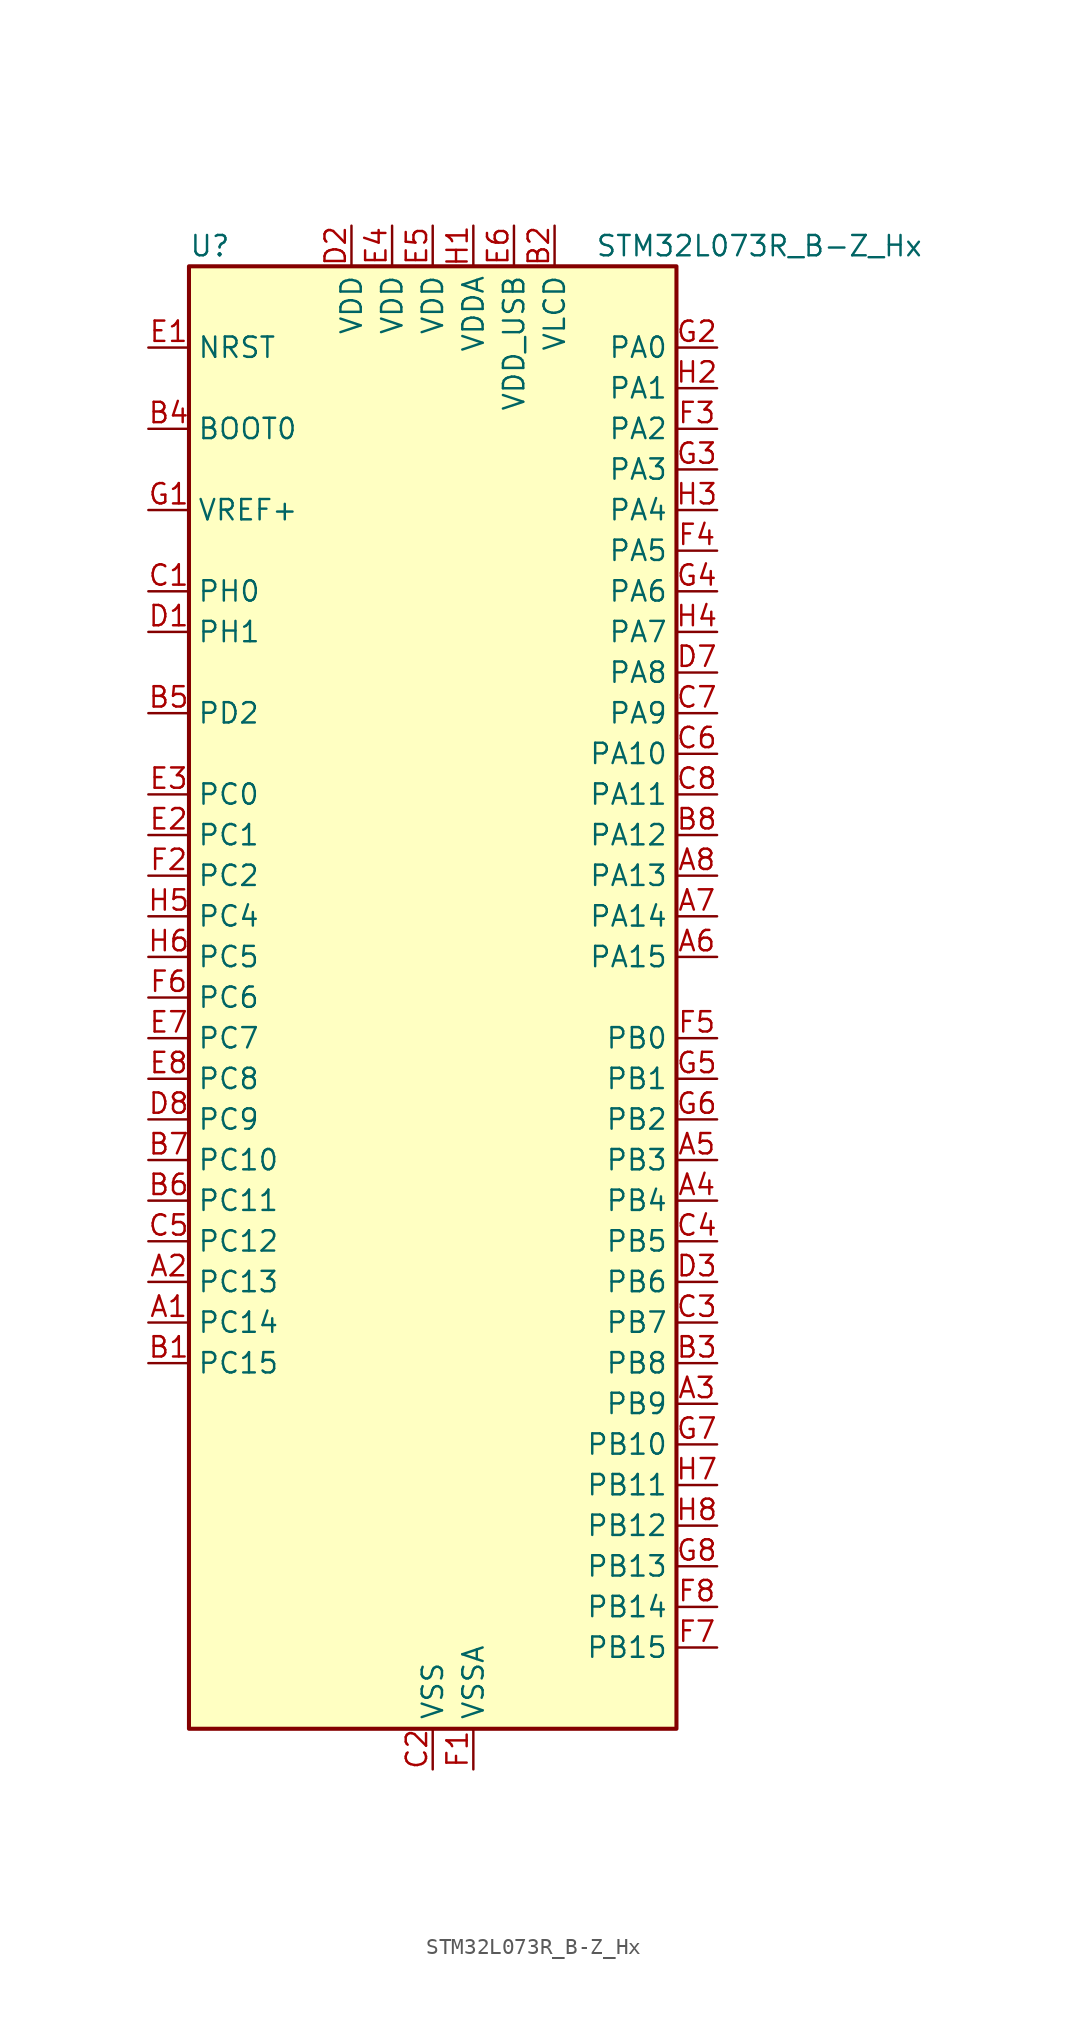
<source format=kicad_sym>
(kicad_symbol_lib
  (version 20241209)
  (generator "kicad_symbol_editor")
  (generator_version "9.0")
  (symbol "STM32L073R_B-Z_Hx"
    (property "Reference" "U"
      (at -15.24 46.99 0)
      (effects (font (size 1.27 1.27)) (justify left)))
    (property "Value" "STM32L073R_B-Z_Hx"
      (at 10.16 46.99 0)
      (effects (font (size 1.27 1.27)) (justify left)))
    (symbol "STM32L073R_B-Z_Hx_0_1"
      (rectangle (start -15.24 -45.72) (end 15.24 45.72) (stroke (width 0.254) (type default)) (fill (type background))))
    (symbol "STM32L073R_B-Z_Hx_1_1"
      (pin input line (at -17.78 40.64 0) (length 2.54) (name "NRST" (effects (font (size 1.27 1.27)))) (number "E1" (effects (font (size 1.27 1.27)))))
      (pin input line (at -17.78 35.56 0) (length 2.54) (name "BOOT0" (effects (font (size 1.27 1.27)))) (number "B4" (effects (font (size 1.27 1.27)))))
      (pin input line (at -17.78 30.48 0) (length 2.54) (name "VREF+" (effects (font (size 1.27 1.27)))) (number "G1" (effects (font (size 1.27 1.27)))))
      (pin bidirectional line (at -17.78 25.4 0) (length 2.54) (name "PH0" (effects (font (size 1.27 1.27)))) (number "C1" (effects (font (size 1.27 1.27)))) (alternate "CRS_SYNC" bidirectional line) (alternate "RCC_OSC_IN" bidirectional line))
      (pin bidirectional line (at -17.78 22.86 0) (length 2.54) (name "PH1" (effects (font (size 1.27 1.27)))) (number "D1" (effects (font (size 1.27 1.27)))) (alternate "RCC_OSC_OUT" bidirectional line))
      (pin bidirectional line (at -17.78 17.78 0) (length 2.54) (name "PD2" (effects (font (size 1.27 1.27)))) (number "B5" (effects (font (size 1.27 1.27)))) (alternate "LCD_COM7" bidirectional line) (alternate "LCD_SEG31" bidirectional line) (alternate "LPUART1_DE" bidirectional line) (alternate "LPUART1_RTS" bidirectional line) (alternate "TIM3_ETR" bidirectional line) (alternate "USART5_RX" bidirectional line))
      (pin bidirectional line (at -17.78 12.7 0) (length 2.54) (name "PC0" (effects (font (size 1.27 1.27)))) (number "E3" (effects (font (size 1.27 1.27)))) (alternate "ADC_IN10" bidirectional line) (alternate "I2C3_SCL" bidirectional line) (alternate "LCD_SEG18" bidirectional line) (alternate "LPTIM1_IN1" bidirectional line) (alternate "LPUART1_RX" bidirectional line) (alternate "TSC_G7_IO1" bidirectional line))
      (pin bidirectional line (at -17.78 10.16 0) (length 2.54) (name "PC1" (effects (font (size 1.27 1.27)))) (number "E2" (effects (font (size 1.27 1.27)))) (alternate "ADC_IN11" bidirectional line) (alternate "I2C3_SDA" bidirectional line) (alternate "LCD_SEG19" bidirectional line) (alternate "LPTIM1_OUT" bidirectional line) (alternate "LPUART1_TX" bidirectional line) (alternate "TSC_G7_IO2" bidirectional line))
      (pin bidirectional line (at -17.78 7.62 0) (length 2.54) (name "PC2" (effects (font (size 1.27 1.27)))) (number "F2" (effects (font (size 1.27 1.27)))) (alternate "ADC_IN12" bidirectional line) (alternate "I2S2_MCK" bidirectional line) (alternate "LCD_SEG20" bidirectional line) (alternate "LPTIM1_IN2" bidirectional line) (alternate "SPI2_MISO" bidirectional line) (alternate "TSC_G7_IO3" bidirectional line))
      (pin bidirectional line (at -17.78 5.08 0) (length 2.54) (name "PC4" (effects (font (size 1.27 1.27)))) (number "H5" (effects (font (size 1.27 1.27)))) (alternate "ADC_IN14" bidirectional line) (alternate "LCD_SEG22" bidirectional line) (alternate "LPUART1_TX" bidirectional line))
      (pin bidirectional line (at -17.78 2.54 0) (length 2.54) (name "PC5" (effects (font (size 1.27 1.27)))) (number "H6" (effects (font (size 1.27 1.27)))) (alternate "ADC_IN15" bidirectional line) (alternate "LCD_SEG23" bidirectional line) (alternate "LPUART1_RX" bidirectional line) (alternate "TSC_G3_IO1" bidirectional line))
      (pin bidirectional line (at -17.78 0 0) (length 2.54) (name "PC6" (effects (font (size 1.27 1.27)))) (number "F6" (effects (font (size 1.27 1.27)))) (alternate "LCD_SEG24" bidirectional line) (alternate "TIM22_CH1" bidirectional line) (alternate "TIM3_CH1" bidirectional line) (alternate "TSC_G8_IO1" bidirectional line))
      (pin bidirectional line (at -17.78 -2.54 0) (length 2.54) (name "PC7" (effects (font (size 1.27 1.27)))) (number "E7" (effects (font (size 1.27 1.27)))) (alternate "LCD_SEG25" bidirectional line) (alternate "TIM22_CH2" bidirectional line) (alternate "TIM3_CH2" bidirectional line) (alternate "TSC_G8_IO2" bidirectional line))
      (pin bidirectional line (at -17.78 -5.08 0) (length 2.54) (name "PC8" (effects (font (size 1.27 1.27)))) (number "E8" (effects (font (size 1.27 1.27)))) (alternate "LCD_SEG26" bidirectional line) (alternate "TIM22_ETR" bidirectional line) (alternate "TIM3_CH3" bidirectional line) (alternate "TSC_G8_IO3" bidirectional line))
      (pin bidirectional line (at -17.78 -7.62 0) (length 2.54) (name "PC9" (effects (font (size 1.27 1.27)))) (number "D8" (effects (font (size 1.27 1.27)))) (alternate "DAC_EXTI9" bidirectional line) (alternate "I2C3_SDA" bidirectional line) (alternate "LCD_SEG27" bidirectional line) (alternate "TIM21_ETR" bidirectional line) (alternate "TIM3_CH4" bidirectional line) (alternate "TSC_G8_IO4" bidirectional line) (alternate "USB_NOE" bidirectional line))
      (pin bidirectional line (at -17.78 -10.16 0) (length 2.54) (name "PC10" (effects (font (size 1.27 1.27)))) (number "B7" (effects (font (size 1.27 1.27)))) (alternate "LCD_COM4" bidirectional line) (alternate "LCD_SEG28" bidirectional line) (alternate "LPUART1_TX" bidirectional line) (alternate "USART4_TX" bidirectional line))
      (pin bidirectional line (at -17.78 -12.7 0) (length 2.54) (name "PC11" (effects (font (size 1.27 1.27)))) (number "B6" (effects (font (size 1.27 1.27)))) (alternate "ADC_EXTI11" bidirectional line) (alternate "LCD_COM5" bidirectional line) (alternate "LCD_SEG29" bidirectional line) (alternate "LPUART1_RX" bidirectional line) (alternate "USART4_RX" bidirectional line))
      (pin bidirectional line (at -17.78 -15.24 0) (length 2.54) (name "PC12" (effects (font (size 1.27 1.27)))) (number "C5" (effects (font (size 1.27 1.27)))) (alternate "LCD_COM6" bidirectional line) (alternate "LCD_SEG30" bidirectional line) (alternate "USART4_CK" bidirectional line) (alternate "USART5_TX" bidirectional line))
      (pin bidirectional line (at -17.78 -17.78 0) (length 2.54) (name "PC13" (effects (font (size 1.27 1.27)))) (number "A2" (effects (font (size 1.27 1.27)))) (alternate "RTC_OUT_ALARM" bidirectional line) (alternate "RTC_OUT_CALIB" bidirectional line) (alternate "RTC_TAMP1" bidirectional line) (alternate "RTC_TS" bidirectional line) (alternate "SYS_WKUP2" bidirectional line))
      (pin bidirectional line (at -17.78 -20.32 0) (length 2.54) (name "PC14" (effects (font (size 1.27 1.27)))) (number "A1" (effects (font (size 1.27 1.27)))) (alternate "RCC_OSC32_IN" bidirectional line))
      (pin bidirectional line (at -17.78 -22.86 0) (length 2.54) (name "PC15" (effects (font (size 1.27 1.27)))) (number "B1" (effects (font (size 1.27 1.27)))) (alternate "RCC_OSC32_OUT" bidirectional line))
      (pin power_in line (at -5.08 48.26 270) (length 2.54) (name "VDD" (effects (font (size 1.27 1.27)))) (number "D2" (effects (font (size 1.27 1.27)))))
      (pin power_in line (at -2.54 48.26 270) (length 2.54) (name "VDD" (effects (font (size 1.27 1.27)))) (number "E4" (effects (font (size 1.27 1.27)))))
      (pin power_in line (at 0 48.26 270) (length 2.54) (name "VDD" (effects (font (size 1.27 1.27)))) (number "E5" (effects (font (size 1.27 1.27)))))
      (pin power_in line (at 0 -48.26 90) (length 2.54) (name "VSS" (effects (font (size 1.27 1.27)))) (number "C2" (effects (font (size 1.27 1.27)))))
      (pin passive line (at 0 -48.26 90) (length 2.54) (hide yes) (name "VSS" (effects (font (size 1.27 1.27)))) (number "D4" (effects (font (size 1.27 1.27)))))
      (pin passive line (at 0 -48.26 90) (length 2.54) (hide yes) (name "VSS" (effects (font (size 1.27 1.27)))) (number "D5" (effects (font (size 1.27 1.27)))))
      (pin passive line (at 0 -48.26 90) (length 2.54) (hide yes) (name "VSS" (effects (font (size 1.27 1.27)))) (number "D6" (effects (font (size 1.27 1.27)))))
      (pin power_in line (at 2.54 48.26 270) (length 2.54) (name "VDDA" (effects (font (size 1.27 1.27)))) (number "H1" (effects (font (size 1.27 1.27)))))
      (pin power_in line (at 2.54 -48.26 90) (length 2.54) (name "VSSA" (effects (font (size 1.27 1.27)))) (number "F1" (effects (font (size 1.27 1.27)))))
      (pin power_in line (at 5.08 48.26 270) (length 2.54) (name "VDD_USB" (effects (font (size 1.27 1.27)))) (number "E6" (effects (font (size 1.27 1.27)))))
      (pin power_in line (at 7.62 48.26 270) (length 2.54) (name "VLCD" (effects (font (size 1.27 1.27)))) (number "B2" (effects (font (size 1.27 1.27)))))
      (pin bidirectional line (at 17.78 40.64 180) (length 2.54) (name "PA0" (effects (font (size 1.27 1.27)))) (number "G2" (effects (font (size 1.27 1.27)))) (alternate "ADC_IN0" bidirectional line) (alternate "COMP1_INM" bidirectional line) (alternate "COMP1_OUT" bidirectional line) (alternate "RTC_TAMP2" bidirectional line) (alternate "SYS_WKUP1" bidirectional line) (alternate "TIM2_CH1" bidirectional line) (alternate "TIM2_ETR" bidirectional line) (alternate "TSC_G1_IO1" bidirectional line) (alternate "USART2_CTS" bidirectional line) (alternate "USART4_TX" bidirectional line))
      (pin bidirectional line (at 17.78 38.1 180) (length 2.54) (name "PA1" (effects (font (size 1.27 1.27)))) (number "H2" (effects (font (size 1.27 1.27)))) (alternate "ADC_IN1" bidirectional line) (alternate "COMP1_INP" bidirectional line) (alternate "LCD_SEG0" bidirectional line) (alternate "TIM21_ETR" bidirectional line) (alternate "TIM2_CH2" bidirectional line) (alternate "TSC_G1_IO2" bidirectional line) (alternate "USART2_DE" bidirectional line) (alternate "USART2_RTS" bidirectional line) (alternate "USART4_RX" bidirectional line))
      (pin bidirectional line (at 17.78 35.56 180) (length 2.54) (name "PA2" (effects (font (size 1.27 1.27)))) (number "F3" (effects (font (size 1.27 1.27)))) (alternate "ADC_IN2" bidirectional line) (alternate "COMP2_INM" bidirectional line) (alternate "COMP2_OUT" bidirectional line) (alternate "LCD_SEG1" bidirectional line) (alternate "LPUART1_TX" bidirectional line) (alternate "TIM21_CH1" bidirectional line) (alternate "TIM2_CH3" bidirectional line) (alternate "TSC_G1_IO3" bidirectional line) (alternate "USART2_TX" bidirectional line))
      (pin bidirectional line (at 17.78 33.02 180) (length 2.54) (name "PA3" (effects (font (size 1.27 1.27)))) (number "G3" (effects (font (size 1.27 1.27)))) (alternate "ADC_IN3" bidirectional line) (alternate "COMP2_INP" bidirectional line) (alternate "LCD_SEG2" bidirectional line) (alternate "LPUART1_RX" bidirectional line) (alternate "TIM21_CH2" bidirectional line) (alternate "TIM2_CH4" bidirectional line) (alternate "TSC_G1_IO4" bidirectional line) (alternate "USART2_RX" bidirectional line))
      (pin bidirectional line (at 17.78 30.48 180) (length 2.54) (name "PA4" (effects (font (size 1.27 1.27)))) (number "H3" (effects (font (size 1.27 1.27)))) (alternate "ADC_IN4" bidirectional line) (alternate "COMP1_INM" bidirectional line) (alternate "COMP2_INM" bidirectional line) (alternate "DAC_OUT1" bidirectional line) (alternate "SPI1_NSS" bidirectional line) (alternate "TIM22_ETR" bidirectional line) (alternate "TSC_G2_IO1" bidirectional line) (alternate "USART2_CK" bidirectional line))
      (pin bidirectional line (at 17.78 27.94 180) (length 2.54) (name "PA5" (effects (font (size 1.27 1.27)))) (number "F4" (effects (font (size 1.27 1.27)))) (alternate "ADC_IN5" bidirectional line) (alternate "COMP1_INM" bidirectional line) (alternate "COMP2_INM" bidirectional line) (alternate "DAC_OUT2" bidirectional line) (alternate "SPI1_SCK" bidirectional line) (alternate "TIM2_CH1" bidirectional line) (alternate "TIM2_ETR" bidirectional line) (alternate "TSC_G2_IO2" bidirectional line))
      (pin bidirectional line (at 17.78 25.4 180) (length 2.54) (name "PA6" (effects (font (size 1.27 1.27)))) (number "G4" (effects (font (size 1.27 1.27)))) (alternate "ADC_IN6" bidirectional line) (alternate "COMP1_OUT" bidirectional line) (alternate "LCD_SEG3" bidirectional line) (alternate "LPUART1_CTS" bidirectional line) (alternate "SPI1_MISO" bidirectional line) (alternate "TIM22_CH1" bidirectional line) (alternate "TIM3_CH1" bidirectional line) (alternate "TSC_G2_IO3" bidirectional line))
      (pin bidirectional line (at 17.78 22.86 180) (length 2.54) (name "PA7" (effects (font (size 1.27 1.27)))) (number "H4" (effects (font (size 1.27 1.27)))) (alternate "ADC_IN7" bidirectional line) (alternate "COMP2_OUT" bidirectional line) (alternate "LCD_SEG4" bidirectional line) (alternate "SPI1_MOSI" bidirectional line) (alternate "TIM22_CH2" bidirectional line) (alternate "TIM3_CH2" bidirectional line) (alternate "TSC_G2_IO4" bidirectional line))
      (pin bidirectional line (at 17.78 20.32 180) (length 2.54) (name "PA8" (effects (font (size 1.27 1.27)))) (number "D7" (effects (font (size 1.27 1.27)))) (alternate "CRS_SYNC" bidirectional line) (alternate "I2C3_SCL" bidirectional line) (alternate "LCD_COM0" bidirectional line) (alternate "RCC_MCO" bidirectional line) (alternate "USART1_CK" bidirectional line))
      (pin bidirectional line (at 17.78 17.78 180) (length 2.54) (name "PA9" (effects (font (size 1.27 1.27)))) (number "C7" (effects (font (size 1.27 1.27)))) (alternate "DAC_EXTI9" bidirectional line) (alternate "I2C1_SCL" bidirectional line) (alternate "I2C3_SMBA" bidirectional line) (alternate "LCD_COM1" bidirectional line) (alternate "RCC_MCO" bidirectional line) (alternate "TSC_G4_IO1" bidirectional line) (alternate "USART1_TX" bidirectional line))
      (pin bidirectional line (at 17.78 15.24 180) (length 2.54) (name "PA10" (effects (font (size 1.27 1.27)))) (number "C6" (effects (font (size 1.27 1.27)))) (alternate "I2C1_SDA" bidirectional line) (alternate "LCD_COM2" bidirectional line) (alternate "TSC_G4_IO2" bidirectional line) (alternate "USART1_RX" bidirectional line))
      (pin bidirectional line (at 17.78 12.7 180) (length 2.54) (name "PA11" (effects (font (size 1.27 1.27)))) (number "C8" (effects (font (size 1.27 1.27)))) (alternate "ADC_EXTI11" bidirectional line) (alternate "COMP1_OUT" bidirectional line) (alternate "SPI1_MISO" bidirectional line) (alternate "TSC_G4_IO3" bidirectional line) (alternate "USART1_CTS" bidirectional line) (alternate "USB_DM" bidirectional line))
      (pin bidirectional line (at 17.78 10.16 180) (length 2.54) (name "PA12" (effects (font (size 1.27 1.27)))) (number "B8" (effects (font (size 1.27 1.27)))) (alternate "COMP2_OUT" bidirectional line) (alternate "SPI1_MOSI" bidirectional line) (alternate "TSC_G4_IO4" bidirectional line) (alternate "USART1_DE" bidirectional line) (alternate "USART1_RTS" bidirectional line) (alternate "USB_DP" bidirectional line))
      (pin bidirectional line (at 17.78 7.62 180) (length 2.54) (name "PA13" (effects (font (size 1.27 1.27)))) (number "A8" (effects (font (size 1.27 1.27)))) (alternate "LPUART1_RX" bidirectional line) (alternate "SYS_SWDIO" bidirectional line) (alternate "USB_NOE" bidirectional line))
      (pin bidirectional line (at 17.78 5.08 180) (length 2.54) (name "PA14" (effects (font (size 1.27 1.27)))) (number "A7" (effects (font (size 1.27 1.27)))) (alternate "LPUART1_TX" bidirectional line) (alternate "SYS_SWCLK" bidirectional line) (alternate "USART2_TX" bidirectional line))
      (pin bidirectional line (at 17.78 2.54 180) (length 2.54) (name "PA15" (effects (font (size 1.27 1.27)))) (number "A6" (effects (font (size 1.27 1.27)))) (alternate "LCD_SEG17" bidirectional line) (alternate "SPI1_NSS" bidirectional line) (alternate "TIM2_CH1" bidirectional line) (alternate "TIM2_ETR" bidirectional line) (alternate "USART2_RX" bidirectional line) (alternate "USART4_DE" bidirectional line) (alternate "USART4_RTS" bidirectional line))
      (pin bidirectional line (at 17.78 -2.54 180) (length 2.54) (name "PB0" (effects (font (size 1.27 1.27)))) (number "F5" (effects (font (size 1.27 1.27)))) (alternate "ADC_IN8" bidirectional line) (alternate "LCD_SEG5" bidirectional line) (alternate "LCD_VLCD3" bidirectional line) (alternate "SYS_VREF_OUT_PB0" bidirectional line) (alternate "TIM3_CH3" bidirectional line) (alternate "TSC_G3_IO2" bidirectional line))
      (pin bidirectional line (at 17.78 -5.08 180) (length 2.54) (name "PB1" (effects (font (size 1.27 1.27)))) (number "G5" (effects (font (size 1.27 1.27)))) (alternate "ADC_IN9" bidirectional line) (alternate "LCD_SEG6" bidirectional line) (alternate "LPUART1_DE" bidirectional line) (alternate "LPUART1_RTS" bidirectional line) (alternate "SYS_VREF_OUT_PB1" bidirectional line) (alternate "TIM3_CH4" bidirectional line) (alternate "TSC_G3_IO3" bidirectional line))
      (pin bidirectional line (at 17.78 -7.62 180) (length 2.54) (name "PB2" (effects (font (size 1.27 1.27)))) (number "G6" (effects (font (size 1.27 1.27)))) (alternate "I2C3_SMBA" bidirectional line) (alternate "LCD_VLCD2" bidirectional line) (alternate "LPTIM1_OUT" bidirectional line) (alternate "TSC_G3_IO4" bidirectional line))
      (pin bidirectional line (at 17.78 -10.16 180) (length 2.54) (name "PB3" (effects (font (size 1.27 1.27)))) (number "A5" (effects (font (size 1.27 1.27)))) (alternate "COMP2_INM" bidirectional line) (alternate "LCD_SEG7" bidirectional line) (alternate "SPI1_SCK" bidirectional line) (alternate "TIM2_CH2" bidirectional line) (alternate "TSC_G5_IO1" bidirectional line) (alternate "USART1_DE" bidirectional line) (alternate "USART1_RTS" bidirectional line) (alternate "USART5_TX" bidirectional line))
      (pin bidirectional line (at 17.78 -12.7 180) (length 2.54) (name "PB4" (effects (font (size 1.27 1.27)))) (number "A4" (effects (font (size 1.27 1.27)))) (alternate "COMP2_INP" bidirectional line) (alternate "I2C3_SDA" bidirectional line) (alternate "LCD_SEG8" bidirectional line) (alternate "SPI1_MISO" bidirectional line) (alternate "TIM22_CH1" bidirectional line) (alternate "TIM3_CH1" bidirectional line) (alternate "TSC_G5_IO2" bidirectional line) (alternate "USART1_CTS" bidirectional line) (alternate "USART5_RX" bidirectional line))
      (pin bidirectional line (at 17.78 -15.24 180) (length 2.54) (name "PB5" (effects (font (size 1.27 1.27)))) (number "C4" (effects (font (size 1.27 1.27)))) (alternate "COMP2_INP" bidirectional line) (alternate "I2C1_SMBA" bidirectional line) (alternate "LCD_SEG9" bidirectional line) (alternate "LPTIM1_IN1" bidirectional line) (alternate "SPI1_MOSI" bidirectional line) (alternate "TIM22_CH2" bidirectional line) (alternate "TIM3_CH2" bidirectional line) (alternate "USART1_CK" bidirectional line) (alternate "USART5_CK" bidirectional line) (alternate "USART5_DE" bidirectional line) (alternate "USART5_RTS" bidirectional line))
      (pin bidirectional line (at 17.78 -17.78 180) (length 2.54) (name "PB6" (effects (font (size 1.27 1.27)))) (number "D3" (effects (font (size 1.27 1.27)))) (alternate "COMP2_INP" bidirectional line) (alternate "I2C1_SCL" bidirectional line) (alternate "LPTIM1_ETR" bidirectional line) (alternate "TSC_G5_IO3" bidirectional line) (alternate "USART1_TX" bidirectional line))
      (pin bidirectional line (at 17.78 -20.32 180) (length 2.54) (name "PB7" (effects (font (size 1.27 1.27)))) (number "C3" (effects (font (size 1.27 1.27)))) (alternate "COMP2_INP" bidirectional line) (alternate "I2C1_SDA" bidirectional line) (alternate "LPTIM1_IN2" bidirectional line) (alternate "SYS_PVD_IN" bidirectional line) (alternate "TSC_G5_IO4" bidirectional line) (alternate "USART1_RX" bidirectional line) (alternate "USART4_CTS" bidirectional line))
      (pin bidirectional line (at 17.78 -22.86 180) (length 2.54) (name "PB8" (effects (font (size 1.27 1.27)))) (number "B3" (effects (font (size 1.27 1.27)))) (alternate "I2C1_SCL" bidirectional line) (alternate "LCD_SEG16" bidirectional line) (alternate "TSC_SYNC" bidirectional line))
      (pin bidirectional line (at 17.78 -25.4 180) (length 2.54) (name "PB9" (effects (font (size 1.27 1.27)))) (number "A3" (effects (font (size 1.27 1.27)))) (alternate "DAC_EXTI9" bidirectional line) (alternate "I2C1_SDA" bidirectional line) (alternate "I2S2_WS" bidirectional line) (alternate "LCD_COM3" bidirectional line) (alternate "SPI2_NSS" bidirectional line))
      (pin bidirectional line (at 17.78 -27.94 180) (length 2.54) (name "PB10" (effects (font (size 1.27 1.27)))) (number "G7" (effects (font (size 1.27 1.27)))) (alternate "I2C2_SCL" bidirectional line) (alternate "LCD_SEG10" bidirectional line) (alternate "LPUART1_RX" bidirectional line) (alternate "LPUART1_TX" bidirectional line) (alternate "SPI2_SCK" bidirectional line) (alternate "TIM2_CH3" bidirectional line) (alternate "TSC_SYNC" bidirectional line))
      (pin bidirectional line (at 17.78 -30.48 180) (length 2.54) (name "PB11" (effects (font (size 1.27 1.27)))) (number "H7" (effects (font (size 1.27 1.27)))) (alternate "ADC_EXTI11" bidirectional line) (alternate "I2C2_SDA" bidirectional line) (alternate "LCD_SEG11" bidirectional line) (alternate "LPUART1_RX" bidirectional line) (alternate "LPUART1_TX" bidirectional line) (alternate "TIM2_CH4" bidirectional line) (alternate "TSC_G6_IO1" bidirectional line))
      (pin bidirectional line (at 17.78 -33.02 180) (length 2.54) (name "PB12" (effects (font (size 1.27 1.27)))) (number "H8" (effects (font (size 1.27 1.27)))) (alternate "I2S2_WS" bidirectional line) (alternate "LCD_SEG12" bidirectional line) (alternate "LCD_VLCD2" bidirectional line) (alternate "LPUART1_DE" bidirectional line) (alternate "LPUART1_RTS" bidirectional line) (alternate "SPI2_NSS" bidirectional line) (alternate "TSC_G6_IO2" bidirectional line))
      (pin bidirectional line (at 17.78 -35.56 180) (length 2.54) (name "PB13" (effects (font (size 1.27 1.27)))) (number "G8" (effects (font (size 1.27 1.27)))) (alternate "I2C2_SCL" bidirectional line) (alternate "I2S2_CK" bidirectional line) (alternate "LCD_SEG13" bidirectional line) (alternate "LPUART1_CTS" bidirectional line) (alternate "RCC_MCO" bidirectional line) (alternate "SPI2_SCK" bidirectional line) (alternate "TIM21_CH1" bidirectional line) (alternate "TSC_G6_IO3" bidirectional line))
      (pin bidirectional line (at 17.78 -38.1 180) (length 2.54) (name "PB14" (effects (font (size 1.27 1.27)))) (number "F8" (effects (font (size 1.27 1.27)))) (alternate "I2C2_SDA" bidirectional line) (alternate "I2S2_MCK" bidirectional line) (alternate "LCD_SEG14" bidirectional line) (alternate "LPUART1_DE" bidirectional line) (alternate "LPUART1_RTS" bidirectional line) (alternate "RTC_OUT_ALARM" bidirectional line) (alternate "RTC_OUT_CALIB" bidirectional line) (alternate "SPI2_MISO" bidirectional line) (alternate "TIM21_CH2" bidirectional line) (alternate "TSC_G6_IO4" bidirectional line))
      (pin bidirectional line (at 17.78 -40.64 180) (length 2.54) (name "PB15" (effects (font (size 1.27 1.27)))) (number "F7" (effects (font (size 1.27 1.27)))) (alternate "I2S2_SD" bidirectional line) (alternate "LCD_SEG15" bidirectional line) (alternate "RTC_REFIN" bidirectional line) (alternate "SPI2_MOSI" bidirectional line)))))
</source>
